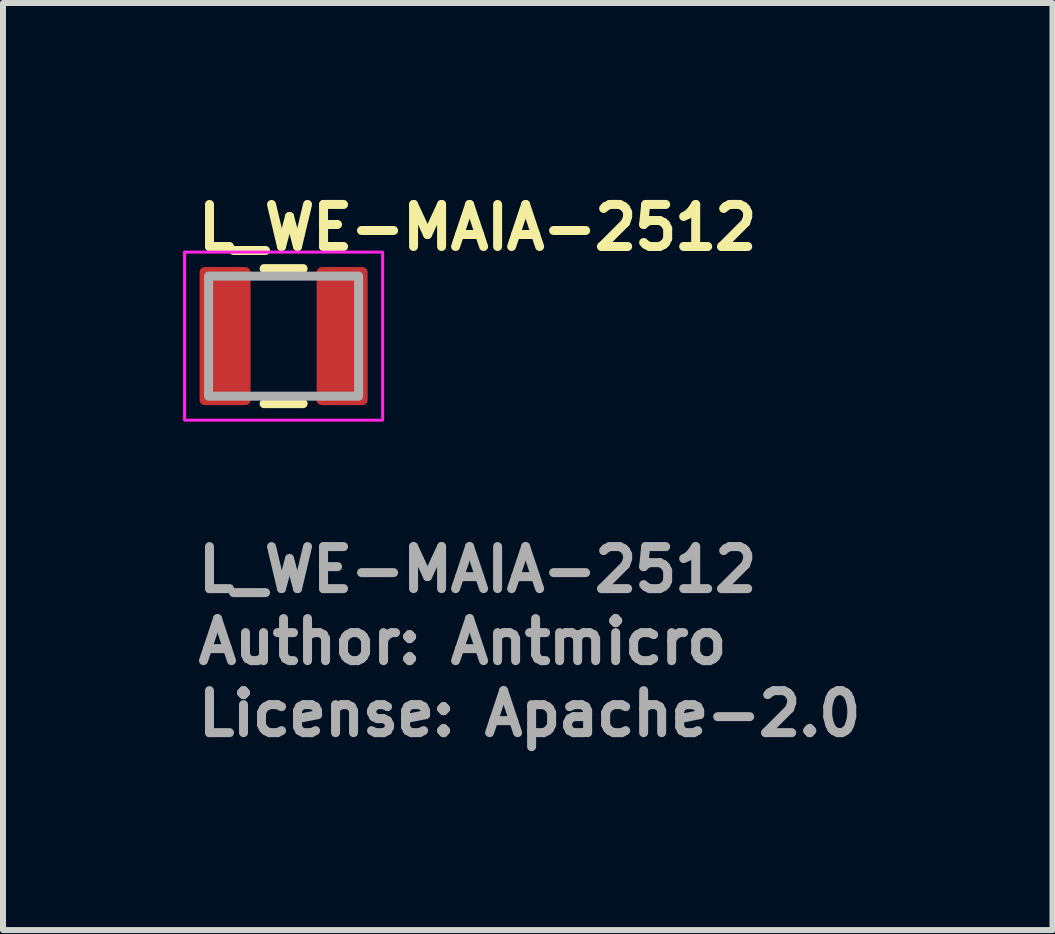
<source format=kicad_pcb>
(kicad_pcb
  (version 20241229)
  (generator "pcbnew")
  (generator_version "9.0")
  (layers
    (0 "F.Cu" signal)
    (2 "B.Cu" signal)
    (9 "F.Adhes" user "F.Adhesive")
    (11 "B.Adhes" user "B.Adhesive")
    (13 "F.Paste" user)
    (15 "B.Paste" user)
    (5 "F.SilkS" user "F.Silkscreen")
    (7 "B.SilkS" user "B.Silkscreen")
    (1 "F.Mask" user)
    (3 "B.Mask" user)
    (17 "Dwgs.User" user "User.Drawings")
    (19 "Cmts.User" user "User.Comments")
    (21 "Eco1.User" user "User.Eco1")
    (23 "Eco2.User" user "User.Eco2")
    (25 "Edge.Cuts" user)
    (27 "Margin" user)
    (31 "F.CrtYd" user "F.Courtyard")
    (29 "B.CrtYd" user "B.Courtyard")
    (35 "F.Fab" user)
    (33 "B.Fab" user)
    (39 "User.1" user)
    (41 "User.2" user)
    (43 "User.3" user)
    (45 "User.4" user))
  (footprint "L_WE-MAIA-2512"
    (layer "F.Cu")
    (at 1.675 2.55)
    (property "Reference" "L_WE-MAIA-2512" (at -1.5 -1.4 0) (layer "F.SilkS") (effects (font (size 0.7 0.7) (thickness 0.15)) (justify left bottom)))
    (attr smd)
    (fp_line (start -0.325 -1.125) (end 0.325 -1.125) (stroke (width 0.15) (type solid)) (layer "F.SilkS"))
    (fp_line (start -0.325 1.125) (end 0.325 1.125) (stroke (width 0.15) (type solid)) (layer "F.SilkS"))
    (fp_rect (start -1.65 -1.4) (end 1.65 1.4) (stroke (width 0.05) (type solid)) (fill no) (layer "F.CrtYd"))
    (fp_rect (start -1.25 -1) (end 1.25 1) (stroke (width 0.15) (type solid)) (fill no) (layer "F.Fab"))
    (fp_rect (start -1.25 -1) (end 1.249 0.998) (stroke (width 0.1) (type solid)) (fill no) (layer "User.5"))
    (fp_line (start -1.25 -1) (end 1.25 -1) (stroke (width 0.02) (type solid)) (layer "User.9"))
    (fp_line (start -1.25 1) (end -1.25 -1) (stroke (width 0.02) (type solid)) (layer "User.9"))
    (fp_line (start 1.25 -1) (end 1.25 1) (stroke (width 0.02) (type solid)) (layer "User.9"))
    (fp_line (start 1.25 1) (end -1.25 1) (stroke (width 0.02) (type solid)) (layer "User.9"))
    (fp_text user "Author: Antmicro" (at -1.5 5.5 0) (layer "F.Fab") (effects (font (size 0.7 0.7) (thickness 0.15)) (justify left bottom)))
    (fp_text user "License: Apache-2.0" (at -1.5 6.7 0) (layer "F.Fab") (effects (font (size 0.7 0.7) (thickness 0.15)) (justify left bottom)))
    (fp_text user "${REFERENCE}" (at -1.5 4.3 0) (layer "F.Fab") (effects (font (size 0.7 0.7) (thickness 0.15)) (justify left bottom)))
    (pad "1" smd roundrect (at -0.975 0) (size 0.85 2.3) (layers "F.Cu" "F.Mask" "F.Paste") (roundrect_rratio 0.1))
    (pad "2" smd roundrect (at 0.975 0) (size 0.85 2.3) (layers "F.Cu" "F.Mask" "F.Paste") (roundrect_rratio 0.1)))
  (gr_rect
    (start -3 -3)
    (end 14.485 12.445)
    (stroke (width 0.1) (type default))
    (fill no)
    (layer "Edge.Cuts")))
</source>
